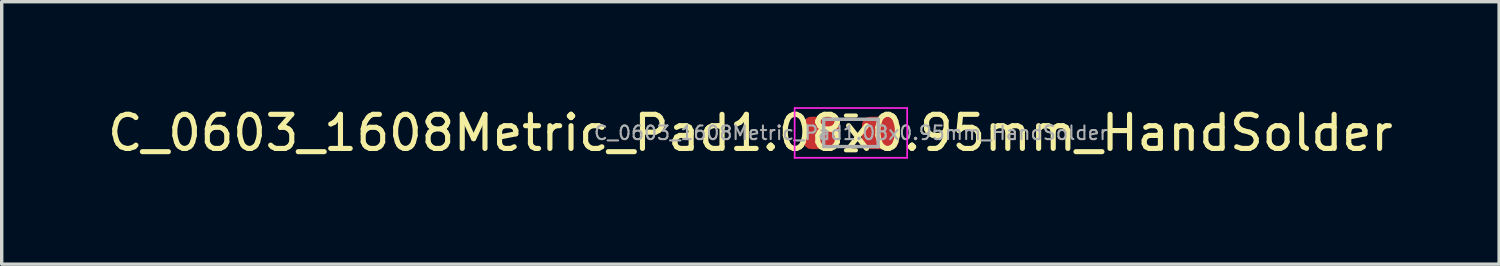
<source format=kicad_pcb>
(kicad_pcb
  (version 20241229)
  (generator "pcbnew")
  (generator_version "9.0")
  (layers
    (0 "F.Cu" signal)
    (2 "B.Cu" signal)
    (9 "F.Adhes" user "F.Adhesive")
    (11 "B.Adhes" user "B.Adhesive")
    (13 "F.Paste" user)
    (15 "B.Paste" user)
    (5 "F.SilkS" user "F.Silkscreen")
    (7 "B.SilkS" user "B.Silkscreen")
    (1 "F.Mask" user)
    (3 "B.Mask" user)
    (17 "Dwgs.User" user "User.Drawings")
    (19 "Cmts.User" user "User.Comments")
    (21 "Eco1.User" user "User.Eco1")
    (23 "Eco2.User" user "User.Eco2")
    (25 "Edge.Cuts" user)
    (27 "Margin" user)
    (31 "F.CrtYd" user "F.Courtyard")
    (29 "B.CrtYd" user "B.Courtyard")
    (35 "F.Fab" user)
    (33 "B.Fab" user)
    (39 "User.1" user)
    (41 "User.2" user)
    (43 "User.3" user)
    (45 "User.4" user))
  (footprint "C_0603_1608Metric_Pad1.08x0.95mm_HandSolder"
    (layer "F.Cu")
    (at 21.906 0.848)
    (property "Reference" "C_0603_1608Metric_Pad1.08x0.95mm_HandSolder" (at -2.947 0 0) (layer "F.SilkS") (effects (font (size 1 1) (thickness 0.15))))
    (attr smd)
    (fp_line (start -0.146 -0.51) (end 0.146 -0.51) (stroke (width 0.12) (type solid)) (layer "F.SilkS"))
    (fp_line (start -0.146 0.51) (end 0.146 0.51) (stroke (width 0.12) (type solid)) (layer "F.SilkS"))
    (fp_line (start -1.65 -0.73) (end 1.65 -0.73) (stroke (width 0.05) (type solid)) (layer "F.CrtYd"))
    (fp_line (start -1.65 0.73) (end -1.65 -0.73) (stroke (width 0.05) (type solid)) (layer "F.CrtYd"))
    (fp_line (start 1.65 -0.73) (end 1.65 0.73) (stroke (width 0.05) (type solid)) (layer "F.CrtYd"))
    (fp_line (start 1.65 0.73) (end -1.65 0.73) (stroke (width 0.05) (type solid)) (layer "F.CrtYd"))
    (fp_line (start -0.8 -0.4) (end 0.8 -0.4) (stroke (width 0.1) (type solid)) (layer "F.Fab"))
    (fp_line (start -0.8 0.4) (end -0.8 -0.4) (stroke (width 0.1) (type solid)) (layer "F.Fab"))
    (fp_line (start 0.8 -0.4) (end 0.8 0.4) (stroke (width 0.1) (type solid)) (layer "F.Fab"))
    (fp_line (start 0.8 0.4) (end -0.8 0.4) (stroke (width 0.1) (type solid)) (layer "F.Fab"))
    (fp_text user "${REFERENCE}" (at 0 0 0) (layer "F.Fab") (effects (font (size 0.4 0.4) (thickness 0.06))))
    (pad "1" smd roundrect (at -0.863 0 180) (size 1.075 0.95) (layers "F.Cu" "F.Mask" "F.Paste") (roundrect_rratio 0.25))
    (pad "2" smd roundrect (at 0.863 0 180) (size 1.075 0.95) (layers "F.Cu" "F.Mask" "F.Paste") (roundrect_rratio 0.25)))
  (gr_rect
    (start -3 -3)
    (end 40.917 4.697)
    (stroke (width 0.1) (type default))
    (fill no)
    (layer "Edge.Cuts")))
</source>
